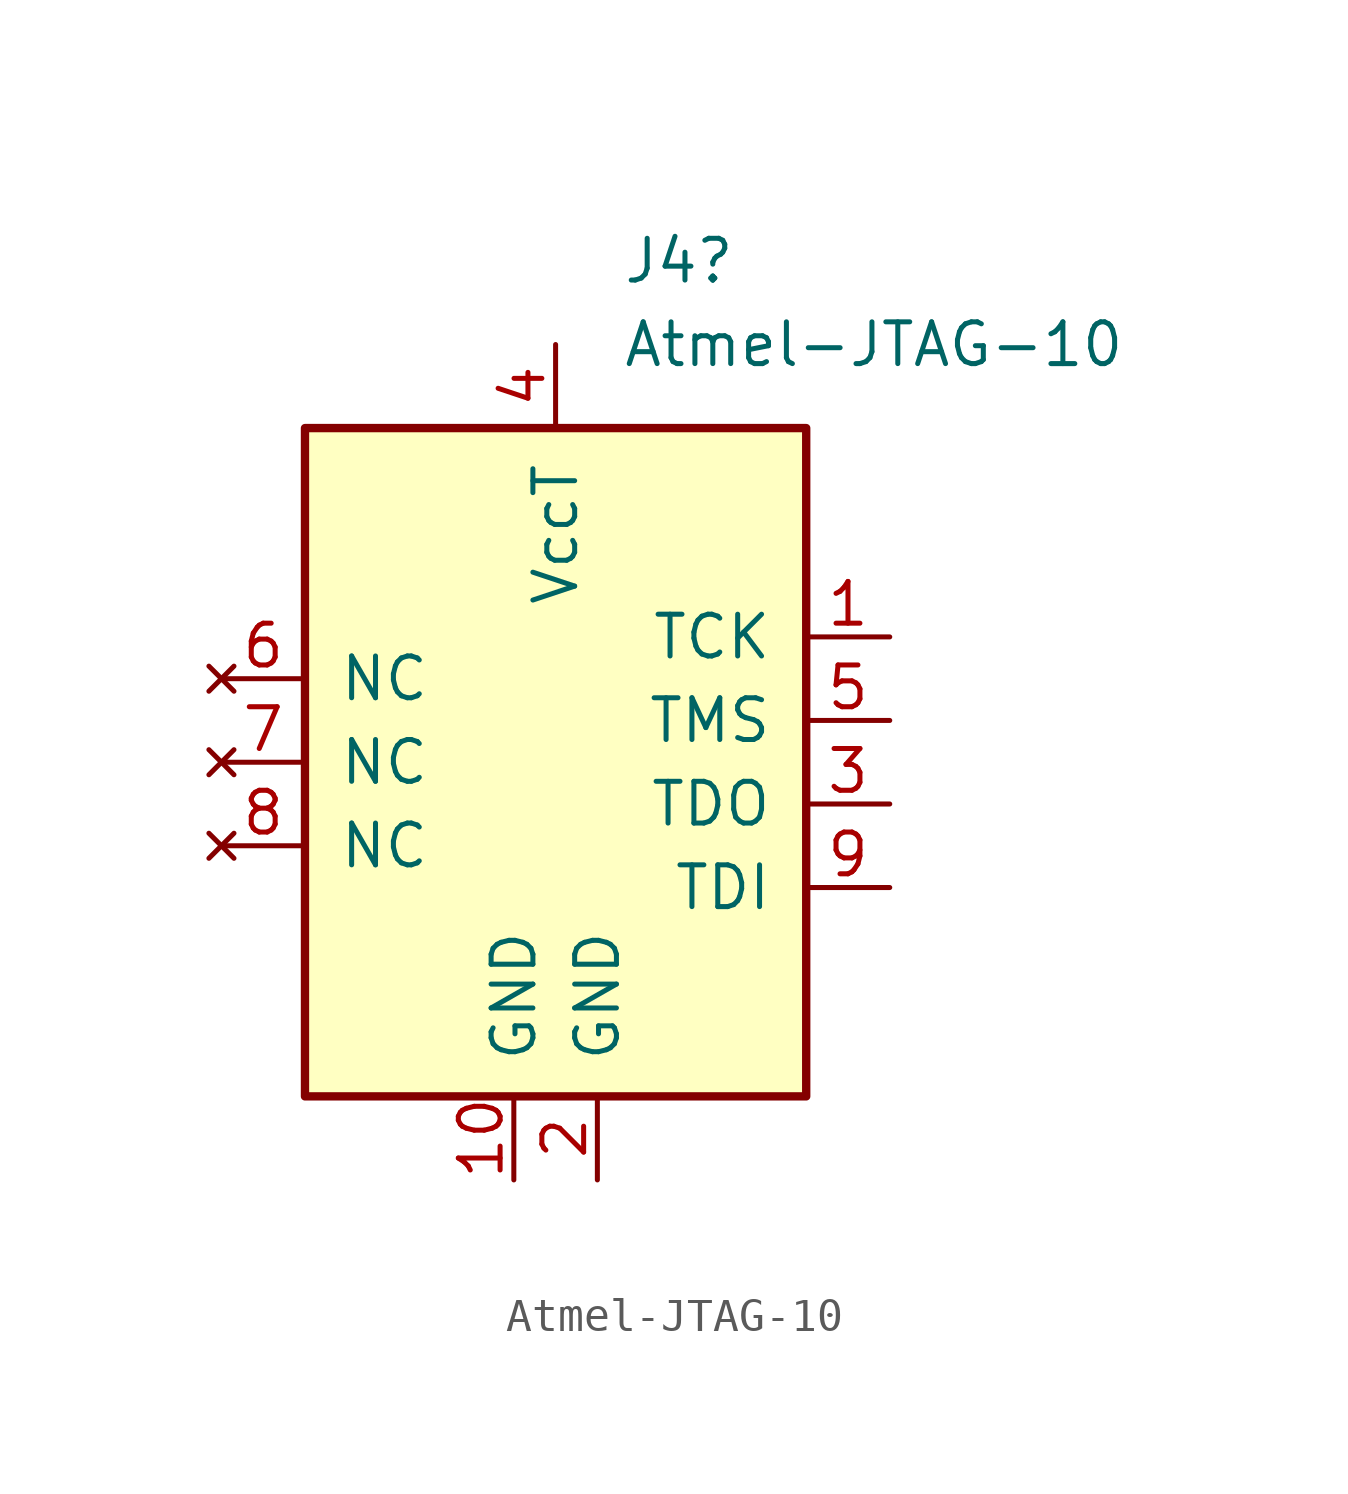
<source format=kicad_sym>
(kicad_symbol_lib
  (version 20231120)
  (generator "kicad_symbol_editor")
  (generator_version "8.0")
  (symbol "Atmel-JTAG-10"
    (pin_names
      (offset 1.016))
    (property "Reference" "J4"
      (at 2.019 15.24 0)
      (effects (font (size 1.27 1.27)) (justify left)))
    (property "Value" "Atmel-JTAG-10"
      (at 2.019 12.7 0)
      (effects (font (size 1.27 1.27)) (justify left)))
    (symbol "Atmel-JTAG-10_0_1"
      (rectangle (start -7.62 10.16) (end 7.62 -10.16) (stroke (width 0.254) (type default)) (fill (type background))))
    (symbol "Atmel-JTAG-10_1_1"
      (pin output line (at 10.16 3.81 180) (length 2.54) (name "TCK" (effects (font (size 1.27 1.27)))) (number "1" (effects (font (size 1.27 1.27)))))
      (pin power_in line (at -1.27 -12.7 90) (length 2.54) (name "GND" (effects (font (size 1.27 1.27)))) (number "10" (effects (font (size 1.27 1.27)))))
      (pin passive line (at 1.27 -12.7 90) (length 2.54) (name "GND" (effects (font (size 1.27 1.27)))) (number "2" (effects (font (size 1.27 1.27)))))
      (pin input line (at 10.16 -1.27 180) (length 2.54) (name "TDO" (effects (font (size 1.27 1.27)))) (number "3" (effects (font (size 1.27 1.27)))))
      (pin power_in line (at 0 12.7 270) (length 2.54) (name "VccT" (effects (font (size 1.27 1.27)))) (number "4" (effects (font (size 1.27 1.27)))))
      (pin output line (at 10.16 1.27 180) (length 2.54) (name "TMS" (effects (font (size 1.27 1.27)))) (number "5" (effects (font (size 1.27 1.27)))))
      (pin no_connect line (at -10.16 2.54 0) (length 2.54) (name "NC" (effects (font (size 1.27 1.27)))) (number "6" (effects (font (size 1.27 1.27)))))
      (pin no_connect line (at -10.16 0 0) (length 2.54) (name "NC" (effects (font (size 1.27 1.27)))) (number "7" (effects (font (size 1.27 1.27)))))
      (pin no_connect line (at -10.16 -2.54 0) (length 2.54) (name "NC" (effects (font (size 1.27 1.27)))) (number "8" (effects (font (size 1.27 1.27)))))
      (pin output line (at 10.16 -3.81 180) (length 2.54) (name "TDI" (effects (font (size 1.27 1.27)))) (number "9" (effects (font (size 1.27 1.27))))))))
</source>
